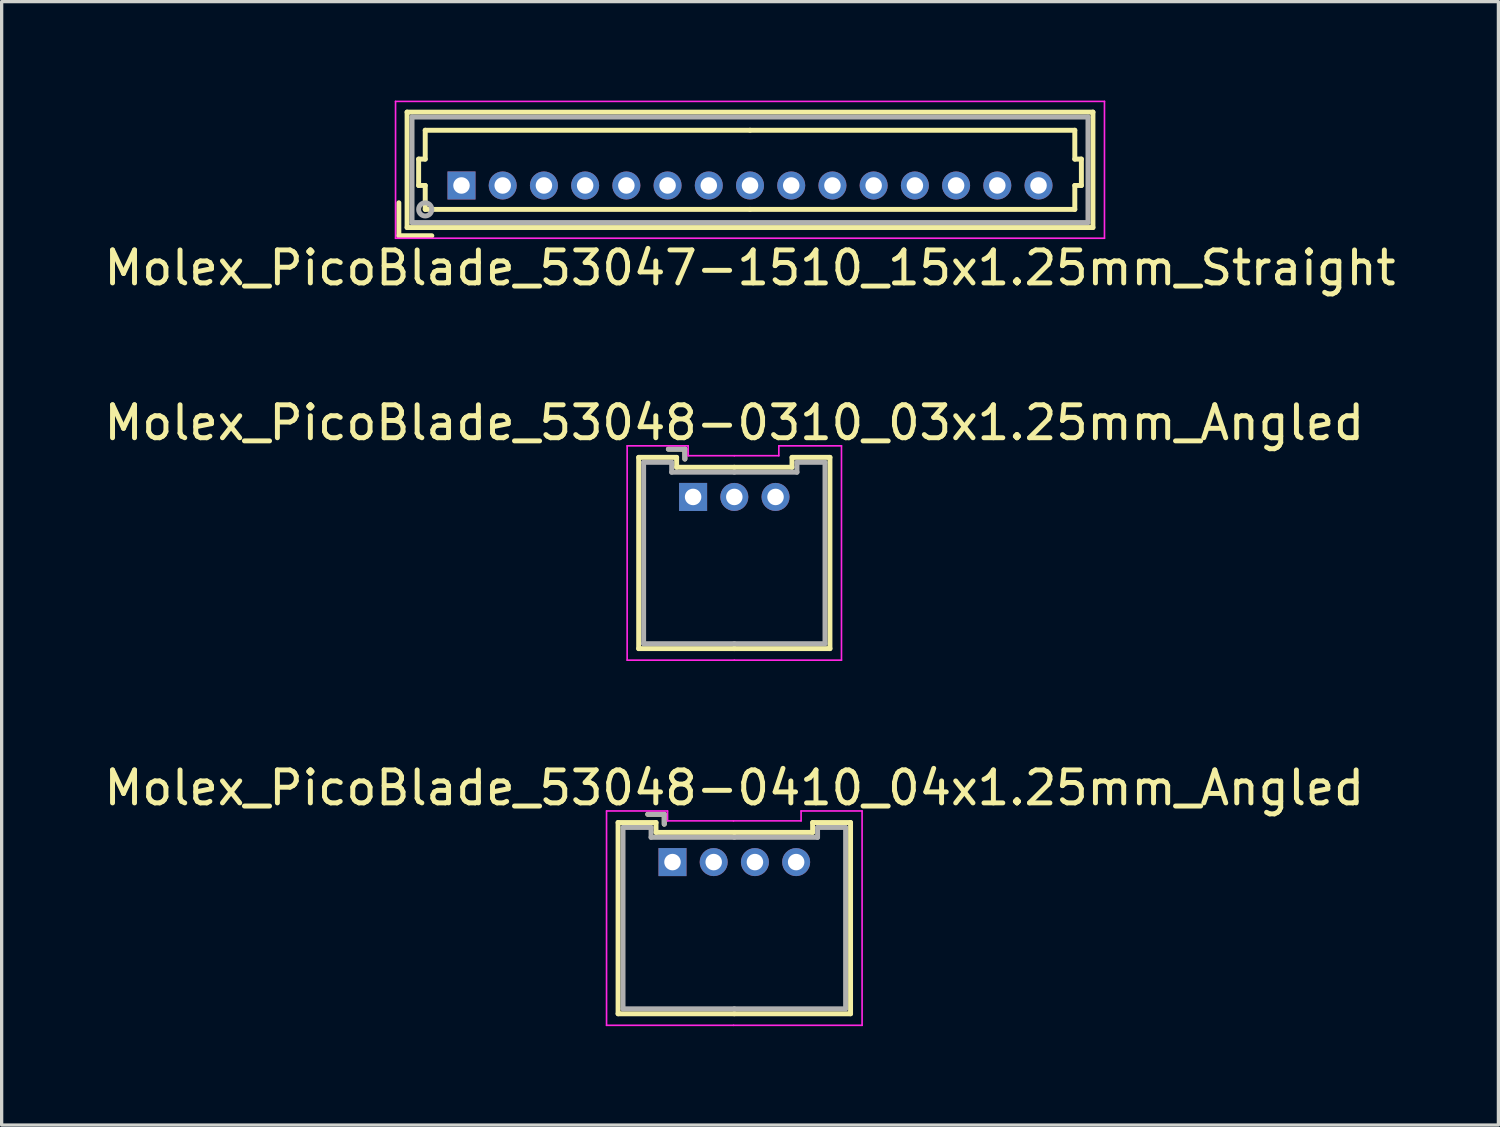
<source format=kicad_pcb>
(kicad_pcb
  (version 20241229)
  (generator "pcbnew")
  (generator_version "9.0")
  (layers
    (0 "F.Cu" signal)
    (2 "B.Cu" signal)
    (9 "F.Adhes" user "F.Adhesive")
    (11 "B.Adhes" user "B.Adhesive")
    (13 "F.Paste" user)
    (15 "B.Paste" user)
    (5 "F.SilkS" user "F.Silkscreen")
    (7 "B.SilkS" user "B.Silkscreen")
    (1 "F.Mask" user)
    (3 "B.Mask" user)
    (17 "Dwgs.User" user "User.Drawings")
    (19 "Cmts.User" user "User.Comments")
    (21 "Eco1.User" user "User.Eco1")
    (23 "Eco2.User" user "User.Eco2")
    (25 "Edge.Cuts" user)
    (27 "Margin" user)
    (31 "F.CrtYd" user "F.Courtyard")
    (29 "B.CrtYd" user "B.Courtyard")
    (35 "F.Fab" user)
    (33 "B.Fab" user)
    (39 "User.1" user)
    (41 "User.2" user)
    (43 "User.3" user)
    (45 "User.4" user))
  (footprint "Molex_PicoBlade_53047-1510_15x1.25mm_Straight"
    (layer "F.Cu")
    (at 10.946 2.575)
    (property "Reference" "Molex_PicoBlade_53047-1510_15x1.25mm_Straight" (at 8.75 2.5 0) (layer "F.SilkS") (effects (font (size 1 1) (thickness 0.15))))
    (attr through_hole)
    (fp_line (start -1.9 1.525) (end -1.9 0.525) (stroke (width 0.15) (type solid)) (layer "F.SilkS"))
    (fp_line (start -1.9 1.525) (end -0.9 1.525) (stroke (width 0.15) (type solid)) (layer "F.SilkS"))
    (fp_line (start -1.65 -2.225) (end -1.65 1.275) (stroke (width 0.15) (type solid)) (layer "F.SilkS"))
    (fp_line (start -1.65 1.275) (end 19.15 1.275) (stroke (width 0.15) (type solid)) (layer "F.SilkS"))
    (fp_line (start -1.3 -0.8) (end -1.1 -0.8) (stroke (width 0.15) (type solid)) (layer "F.SilkS"))
    (fp_line (start -1.3 0) (end -1.3 -0.8) (stroke (width 0.15) (type solid)) (layer "F.SilkS"))
    (fp_line (start -1.1 -1.675) (end 8.75 -1.675) (stroke (width 0.15) (type solid)) (layer "F.SilkS"))
    (fp_line (start -1.1 -0.8) (end -1.1 -1.675) (stroke (width 0.15) (type solid)) (layer "F.SilkS"))
    (fp_line (start -1.1 0) (end -1.3 0) (stroke (width 0.15) (type solid)) (layer "F.SilkS"))
    (fp_line (start -1.1 0.725) (end -1.1 0) (stroke (width 0.15) (type solid)) (layer "F.SilkS"))
    (fp_line (start 8.75 0.725) (end -1.1 0.725) (stroke (width 0.15) (type solid)) (layer "F.SilkS"))
    (fp_line (start 8.75 0.725) (end 18.6 0.725) (stroke (width 0.15) (type solid)) (layer "F.SilkS"))
    (fp_line (start 18.6 -1.675) (end 8.75 -1.675) (stroke (width 0.15) (type solid)) (layer "F.SilkS"))
    (fp_line (start 18.6 -0.8) (end 18.6 -1.675) (stroke (width 0.15) (type solid)) (layer "F.SilkS"))
    (fp_line (start 18.6 0) (end 18.8 0) (stroke (width 0.15) (type solid)) (layer "F.SilkS"))
    (fp_line (start 18.6 0.725) (end 18.6 0) (stroke (width 0.15) (type solid)) (layer "F.SilkS"))
    (fp_line (start 18.8 -0.8) (end 18.6 -0.8) (stroke (width 0.15) (type solid)) (layer "F.SilkS"))
    (fp_line (start 18.8 0) (end 18.8 -0.8) (stroke (width 0.15) (type solid)) (layer "F.SilkS"))
    (fp_line (start 19.15 -2.225) (end -1.65 -2.225) (stroke (width 0.15) (type solid)) (layer "F.SilkS"))
    (fp_line (start 19.15 1.275) (end 19.15 -2.225) (stroke (width 0.15) (type solid)) (layer "F.SilkS"))
    (fp_line (start -2 -2.55) (end -2 1.6) (stroke (width 0.05) (type solid)) (layer "F.CrtYd"))
    (fp_line (start -2 1.6) (end 19.5 1.6) (stroke (width 0.05) (type solid)) (layer "F.CrtYd"))
    (fp_line (start 19.5 -2.55) (end -2 -2.55) (stroke (width 0.05) (type solid)) (layer "F.CrtYd"))
    (fp_line (start 19.5 1.6) (end 19.5 -2.55) (stroke (width 0.05) (type solid)) (layer "F.CrtYd"))
    (fp_line (start -1.5 -2.075) (end -1.5 1.125) (stroke (width 0.15) (type solid)) (layer "F.Fab"))
    (fp_line (start -1.5 1.125) (end 19 1.125) (stroke (width 0.15) (type solid)) (layer "F.Fab"))
    (fp_line (start 19 -2.075) (end -1.5 -2.075) (stroke (width 0.15) (type solid)) (layer "F.Fab"))
    (fp_line (start 19 1.125) (end 19 -2.075) (stroke (width 0.15) (type solid)) (layer "F.Fab"))
    (fp_circle (center -1.1 0.725) (end -0.9 0.725) (stroke (width 0.15) (type solid)) (fill no) (layer "F.Fab"))
    (pad "1" thru_hole rect (at 0 0) (size 0.85 0.85) (drill 0.5) (layers "*.Cu" "*.Mask"))
    (pad "2" thru_hole circle (at 1.25 0) (size 0.85 0.85) (drill 0.5) (layers "*.Cu" "*.Mask"))
    (pad "3" thru_hole circle (at 2.5 0) (size 0.85 0.85) (drill 0.5) (layers "*.Cu" "*.Mask"))
    (pad "4" thru_hole circle (at 3.75 0) (size 0.85 0.85) (drill 0.5) (layers "*.Cu" "*.Mask"))
    (pad "5" thru_hole circle (at 5 0) (size 0.85 0.85) (drill 0.5) (layers "*.Cu" "*.Mask"))
    (pad "6" thru_hole circle (at 6.25 0) (size 0.85 0.85) (drill 0.5) (layers "*.Cu" "*.Mask"))
    (pad "7" thru_hole circle (at 7.5 0) (size 0.85 0.85) (drill 0.5) (layers "*.Cu" "*.Mask"))
    (pad "8" thru_hole circle (at 8.75 0) (size 0.85 0.85) (drill 0.5) (layers "*.Cu" "*.Mask"))
    (pad "9" thru_hole circle (at 10 0) (size 0.85 0.85) (drill 0.5) (layers "*.Cu" "*.Mask"))
    (pad "10" thru_hole circle (at 11.25 0) (size 0.85 0.85) (drill 0.5) (layers "*.Cu" "*.Mask"))
    (pad "11" thru_hole circle (at 12.5 0) (size 0.85 0.85) (drill 0.5) (layers "*.Cu" "*.Mask"))
    (pad "12" thru_hole circle (at 13.75 0) (size 0.85 0.85) (drill 0.5) (layers "*.Cu" "*.Mask"))
    (pad "13" thru_hole circle (at 15 0) (size 0.85 0.85) (drill 0.5) (layers "*.Cu" "*.Mask"))
    (pad "14" thru_hole circle (at 16.25 0) (size 0.85 0.85) (drill 0.5) (layers "*.Cu" "*.Mask"))
    (pad "15" thru_hole circle (at 17.5 0) (size 0.85 0.85) (drill 0.5) (layers "*.Cu" "*.Mask")))
  (footprint "Molex_PicoBlade_53048-0410_04x1.25mm_Angled"
    (layer "F.Cu")
    (at 17.345 23.095)
    (property "Reference" "Molex_PicoBlade_53048-0410_04x1.25mm_Angled" (at 1.875 -2.25 0) (layer "F.SilkS") (effects (font (size 1 1) (thickness 0.15))))
    (attr through_hole)
    (fp_line (start -1.65 -1.2) (end -1.65 4.6) (stroke (width 0.15) (type solid)) (layer "F.SilkS"))
    (fp_line (start -1.65 4.6) (end 1.875 4.6) (stroke (width 0.15) (type solid)) (layer "F.SilkS"))
    (fp_line (start -0.5 -1.2) (end -1.65 -1.2) (stroke (width 0.15) (type solid)) (layer "F.SilkS"))
    (fp_line (start -0.5 -0.9) (end -0.5 -1.2) (stroke (width 0.15) (type solid)) (layer "F.SilkS"))
    (fp_line (start -0.25 -1.45) (end -0.75 -1.45) (stroke (width 0.15) (type solid)) (layer "F.SilkS"))
    (fp_line (start -0.25 -1.15) (end -0.25 -1.45) (stroke (width 0.15) (type solid)) (layer "F.SilkS"))
    (fp_line (start 1.875 -0.9) (end -0.5 -0.9) (stroke (width 0.15) (type solid)) (layer "F.SilkS"))
    (fp_line (start 1.875 -0.9) (end 4.25 -0.9) (stroke (width 0.15) (type solid)) (layer "F.SilkS"))
    (fp_line (start 4.25 -1.2) (end 5.4 -1.2) (stroke (width 0.15) (type solid)) (layer "F.SilkS"))
    (fp_line (start 4.25 -0.9) (end 4.25 -1.2) (stroke (width 0.15) (type solid)) (layer "F.SilkS"))
    (fp_line (start 5.4 -1.2) (end 5.4 4.6) (stroke (width 0.15) (type solid)) (layer "F.SilkS"))
    (fp_line (start 5.4 4.6) (end 1.875 4.6) (stroke (width 0.15) (type solid)) (layer "F.SilkS"))
    (fp_line (start -2 -1.55) (end -2 4.95) (stroke (width 0.05) (type solid)) (layer "F.CrtYd"))
    (fp_line (start -2 4.95) (end 1.85 4.95) (stroke (width 0.05) (type solid)) (layer "F.CrtYd"))
    (fp_line (start -0.15 -1.55) (end -2 -1.55) (stroke (width 0.05) (type solid)) (layer "F.CrtYd"))
    (fp_line (start -0.15 -1.25) (end -0.15 -1.55) (stroke (width 0.05) (type solid)) (layer "F.CrtYd"))
    (fp_line (start 1.85 -1.25) (end -0.15 -1.25) (stroke (width 0.05) (type solid)) (layer "F.CrtYd"))
    (fp_line (start 1.85 -1.25) (end 3.9 -1.25) (stroke (width 0.05) (type solid)) (layer "F.CrtYd"))
    (fp_line (start 3.9 -1.55) (end 5.75 -1.55) (stroke (width 0.05) (type solid)) (layer "F.CrtYd"))
    (fp_line (start 3.9 -1.25) (end 3.9 -1.55) (stroke (width 0.05) (type solid)) (layer "F.CrtYd"))
    (fp_line (start 5.75 -1.55) (end 5.75 4.95) (stroke (width 0.05) (type solid)) (layer "F.CrtYd"))
    (fp_line (start 5.75 4.95) (end 1.85 4.95) (stroke (width 0.05) (type solid)) (layer "F.CrtYd"))
    (fp_line (start -1.5 -1.05) (end -1.5 4.45) (stroke (width 0.15) (type solid)) (layer "F.Fab"))
    (fp_line (start -1.5 4.45) (end 1.875 4.45) (stroke (width 0.15) (type solid)) (layer "F.Fab"))
    (fp_line (start -0.65 -1.05) (end -1.5 -1.05) (stroke (width 0.15) (type solid)) (layer "F.Fab"))
    (fp_line (start -0.65 -0.75) (end -0.65 -1.05) (stroke (width 0.15) (type solid)) (layer "F.Fab"))
    (fp_line (start -0.25 -1.45) (end -0.75 -1.45) (stroke (width 0.15) (type solid)) (layer "F.Fab"))
    (fp_line (start -0.25 -1.15) (end -0.25 -1.45) (stroke (width 0.15) (type solid)) (layer "F.Fab"))
    (fp_line (start 1.875 -0.75) (end -0.65 -0.75) (stroke (width 0.15) (type solid)) (layer "F.Fab"))
    (fp_line (start 1.875 -0.75) (end 4.4 -0.75) (stroke (width 0.15) (type solid)) (layer "F.Fab"))
    (fp_line (start 4.4 -1.05) (end 5.25 -1.05) (stroke (width 0.15) (type solid)) (layer "F.Fab"))
    (fp_line (start 4.4 -0.75) (end 4.4 -1.05) (stroke (width 0.15) (type solid)) (layer "F.Fab"))
    (fp_line (start 5.25 -1.05) (end 5.25 4.45) (stroke (width 0.15) (type solid)) (layer "F.Fab"))
    (fp_line (start 5.25 4.45) (end 1.875 4.45) (stroke (width 0.15) (type solid)) (layer "F.Fab"))
    (pad "1" thru_hole rect (at 0 0) (size 0.85 0.85) (drill 0.5) (layers "*.Cu" "*.Mask"))
    (pad "2" thru_hole circle (at 1.25 0) (size 0.85 0.85) (drill 0.5) (layers "*.Cu" "*.Mask"))
    (pad "3" thru_hole circle (at 2.5 0) (size 0.85 0.85) (drill 0.5) (layers "*.Cu" "*.Mask"))
    (pad "4" thru_hole circle (at 3.75 0) (size 0.85 0.85) (drill 0.5) (layers "*.Cu" "*.Mask")))
  (footprint "Molex_PicoBlade_53048-0310_03x1.25mm_Angled"
    (layer "F.Cu")
    (at 17.97 12.021)
    (property "Reference" "Molex_PicoBlade_53048-0310_03x1.25mm_Angled" (at 1.25 -2.25 0) (layer "F.SilkS") (effects (font (size 1 1) (thickness 0.15))))
    (attr through_hole)
    (fp_line (start -1.65 -1.2) (end -1.65 4.6) (stroke (width 0.15) (type solid)) (layer "F.SilkS"))
    (fp_line (start -1.65 4.6) (end 1.25 4.6) (stroke (width 0.15) (type solid)) (layer "F.SilkS"))
    (fp_line (start -0.5 -1.2) (end -1.65 -1.2) (stroke (width 0.15) (type solid)) (layer "F.SilkS"))
    (fp_line (start -0.5 -0.9) (end -0.5 -1.2) (stroke (width 0.15) (type solid)) (layer "F.SilkS"))
    (fp_line (start -0.25 -1.45) (end -0.75 -1.45) (stroke (width 0.15) (type solid)) (layer "F.SilkS"))
    (fp_line (start -0.25 -1.15) (end -0.25 -1.45) (stroke (width 0.15) (type solid)) (layer "F.SilkS"))
    (fp_line (start 1.25 -0.9) (end -0.5 -0.9) (stroke (width 0.15) (type solid)) (layer "F.SilkS"))
    (fp_line (start 1.25 -0.9) (end 3 -0.9) (stroke (width 0.15) (type solid)) (layer "F.SilkS"))
    (fp_line (start 3 -1.2) (end 4.15 -1.2) (stroke (width 0.15) (type solid)) (layer "F.SilkS"))
    (fp_line (start 3 -0.9) (end 3 -1.2) (stroke (width 0.15) (type solid)) (layer "F.SilkS"))
    (fp_line (start 4.15 -1.2) (end 4.15 4.6) (stroke (width 0.15) (type solid)) (layer "F.SilkS"))
    (fp_line (start 4.15 4.6) (end 1.25 4.6) (stroke (width 0.15) (type solid)) (layer "F.SilkS"))
    (fp_line (start -2 -1.55) (end -2 4.95) (stroke (width 0.05) (type solid)) (layer "F.CrtYd"))
    (fp_line (start -2 4.95) (end 1.25 4.95) (stroke (width 0.05) (type solid)) (layer "F.CrtYd"))
    (fp_line (start -0.15 -1.55) (end -2 -1.55) (stroke (width 0.05) (type solid)) (layer "F.CrtYd"))
    (fp_line (start -0.15 -1.25) (end -0.15 -1.55) (stroke (width 0.05) (type solid)) (layer "F.CrtYd"))
    (fp_line (start 1.25 -1.25) (end -0.15 -1.25) (stroke (width 0.05) (type solid)) (layer "F.CrtYd"))
    (fp_line (start 1.25 -1.25) (end 2.6 -1.25) (stroke (width 0.05) (type solid)) (layer "F.CrtYd"))
    (fp_line (start 2.6 -1.55) (end 4.5 -1.55) (stroke (width 0.05) (type solid)) (layer "F.CrtYd"))
    (fp_line (start 2.6 -1.25) (end 2.6 -1.55) (stroke (width 0.05) (type solid)) (layer "F.CrtYd"))
    (fp_line (start 4.5 -1.55) (end 4.5 4.95) (stroke (width 0.05) (type solid)) (layer "F.CrtYd"))
    (fp_line (start 4.5 4.95) (end 1.25 4.95) (stroke (width 0.05) (type solid)) (layer "F.CrtYd"))
    (fp_line (start -1.5 -1.05) (end -1.5 4.45) (stroke (width 0.15) (type solid)) (layer "F.Fab"))
    (fp_line (start -1.5 4.45) (end 1.25 4.45) (stroke (width 0.15) (type solid)) (layer "F.Fab"))
    (fp_line (start -0.65 -1.05) (end -1.5 -1.05) (stroke (width 0.15) (type solid)) (layer "F.Fab"))
    (fp_line (start -0.65 -0.75) (end -0.65 -1.05) (stroke (width 0.15) (type solid)) (layer "F.Fab"))
    (fp_line (start -0.25 -1.45) (end -0.75 -1.45) (stroke (width 0.15) (type solid)) (layer "F.Fab"))
    (fp_line (start -0.25 -1.15) (end -0.25 -1.45) (stroke (width 0.15) (type solid)) (layer "F.Fab"))
    (fp_line (start 1.25 -0.75) (end -0.65 -0.75) (stroke (width 0.15) (type solid)) (layer "F.Fab"))
    (fp_line (start 1.25 -0.75) (end 3.15 -0.75) (stroke (width 0.15) (type solid)) (layer "F.Fab"))
    (fp_line (start 3.15 -1.05) (end 4 -1.05) (stroke (width 0.15) (type solid)) (layer "F.Fab"))
    (fp_line (start 3.15 -0.75) (end 3.15 -1.05) (stroke (width 0.15) (type solid)) (layer "F.Fab"))
    (fp_line (start 4 -1.05) (end 4 4.45) (stroke (width 0.15) (type solid)) (layer "F.Fab"))
    (fp_line (start 4 4.45) (end 1.25 4.45) (stroke (width 0.15) (type solid)) (layer "F.Fab"))
    (pad "1" thru_hole rect (at 0 0) (size 0.85 0.85) (drill 0.5) (layers "*.Cu" "*.Mask"))
    (pad "2" thru_hole circle (at 1.25 0) (size 0.85 0.85) (drill 0.5) (layers "*.Cu" "*.Mask"))
    (pad "3" thru_hole circle (at 2.5 0) (size 0.85 0.85) (drill 0.5) (layers "*.Cu" "*.Mask")))
  (gr_rect
    (start -3 -3)
    (end 42.393 31.07)
    (stroke (width 0.1) (type default))
    (fill no)
    (layer "Edge.Cuts")))
</source>
